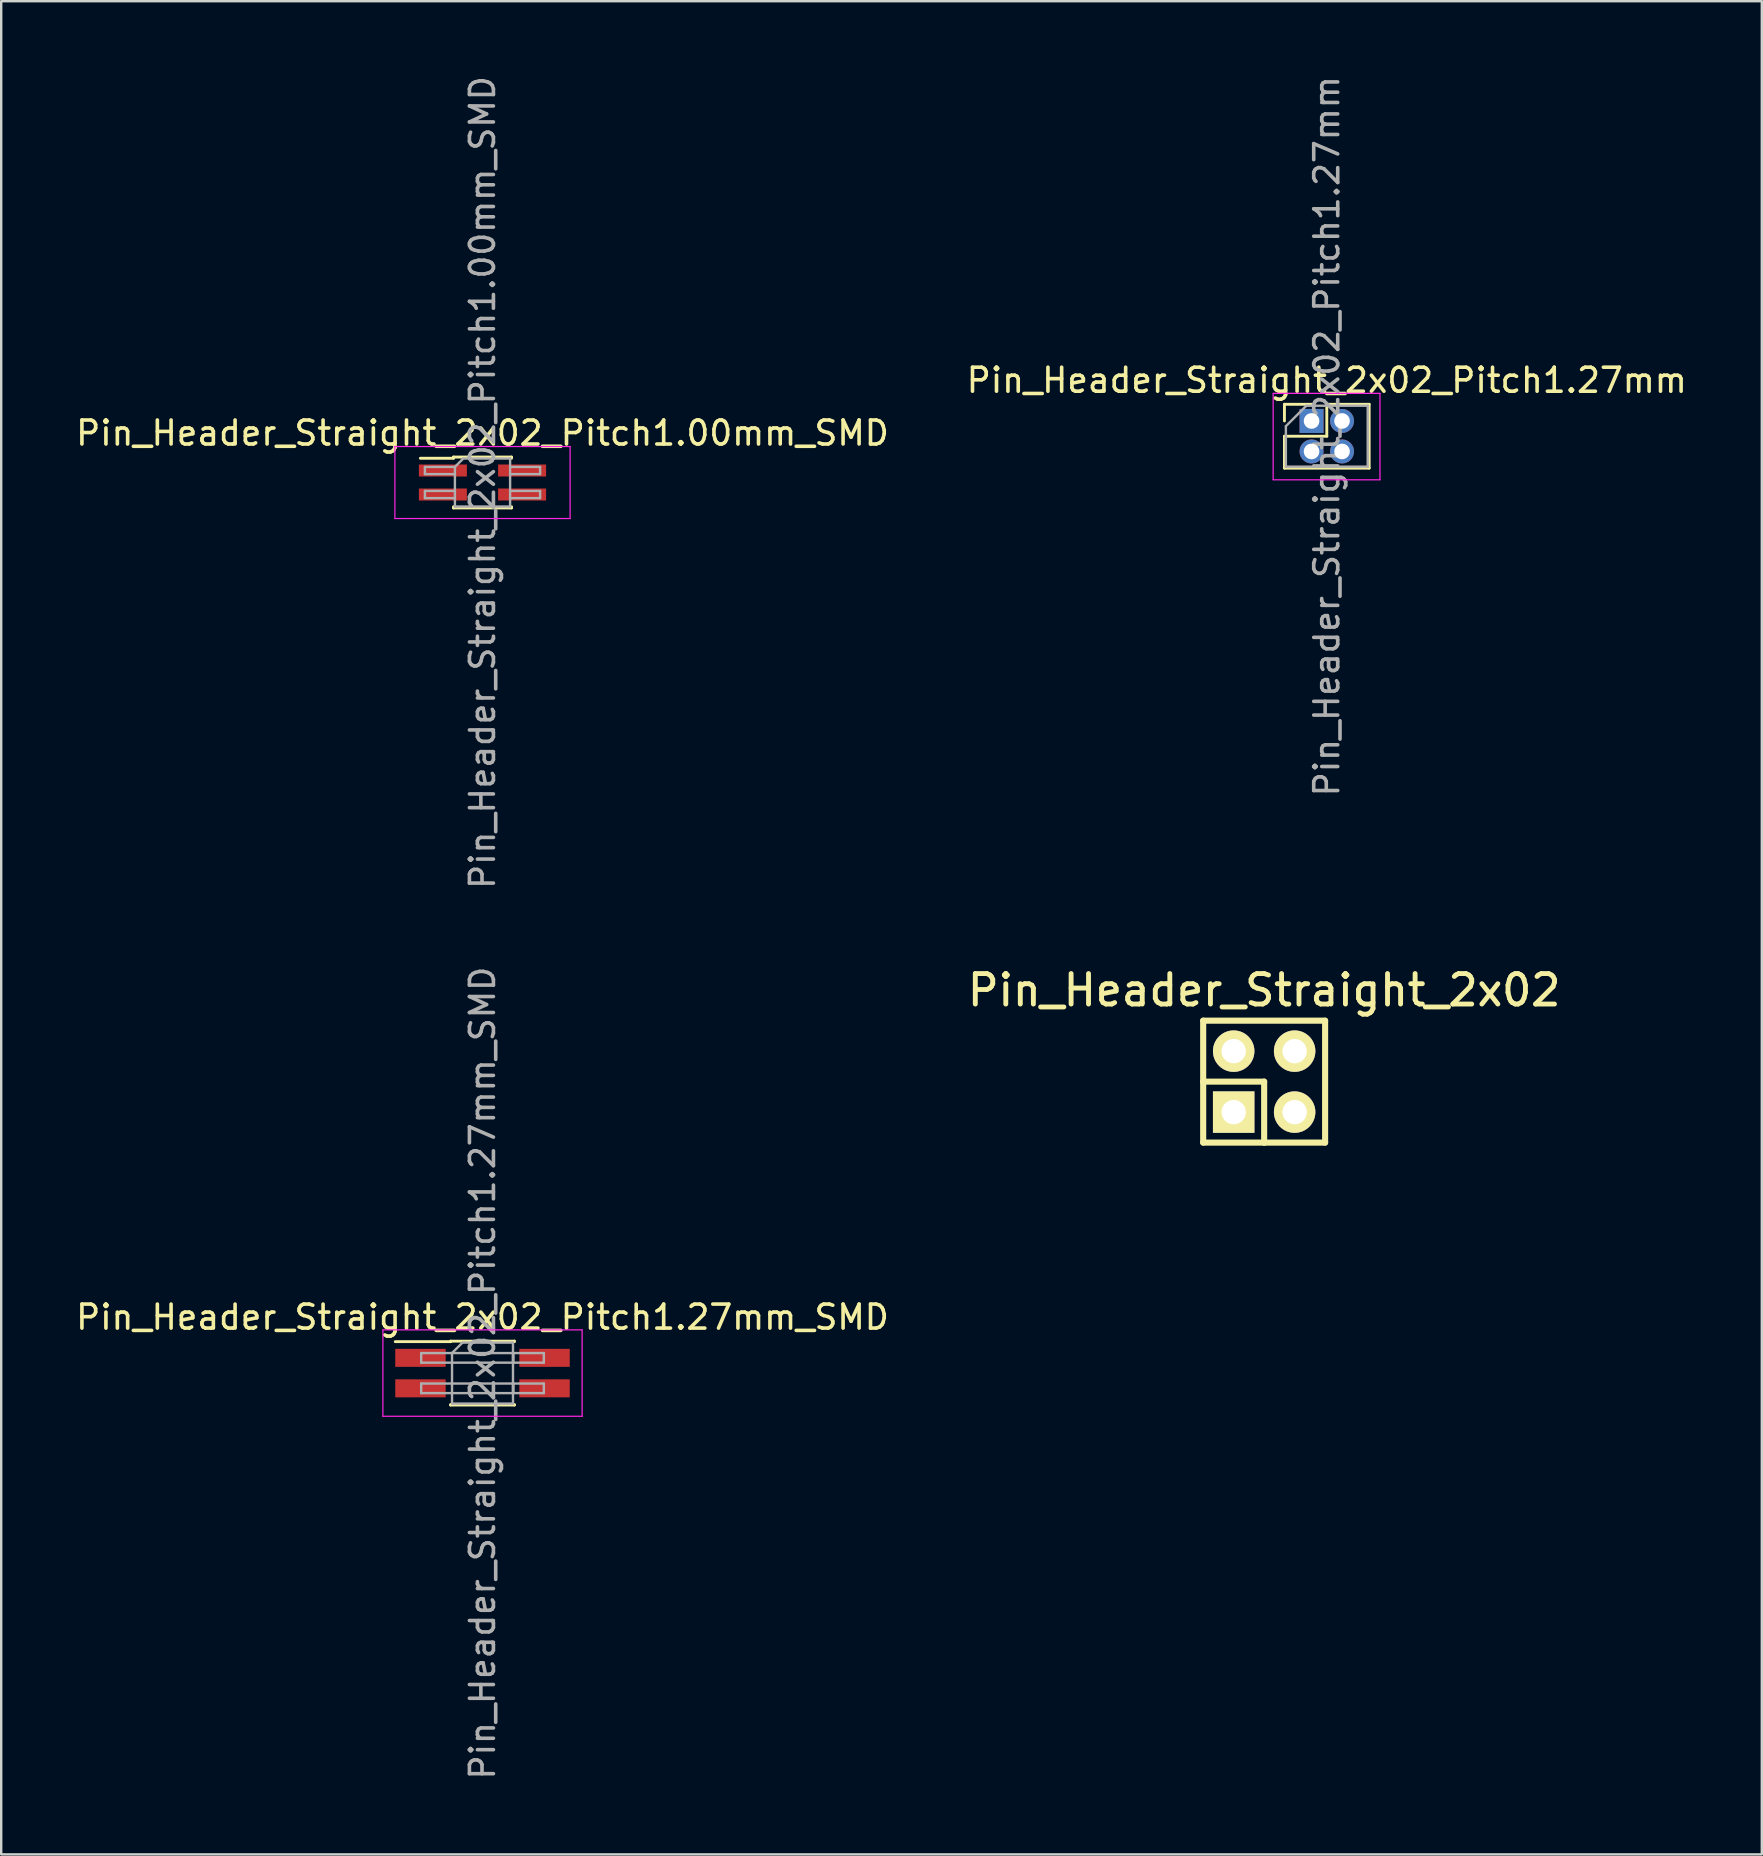
<source format=kicad_pcb>
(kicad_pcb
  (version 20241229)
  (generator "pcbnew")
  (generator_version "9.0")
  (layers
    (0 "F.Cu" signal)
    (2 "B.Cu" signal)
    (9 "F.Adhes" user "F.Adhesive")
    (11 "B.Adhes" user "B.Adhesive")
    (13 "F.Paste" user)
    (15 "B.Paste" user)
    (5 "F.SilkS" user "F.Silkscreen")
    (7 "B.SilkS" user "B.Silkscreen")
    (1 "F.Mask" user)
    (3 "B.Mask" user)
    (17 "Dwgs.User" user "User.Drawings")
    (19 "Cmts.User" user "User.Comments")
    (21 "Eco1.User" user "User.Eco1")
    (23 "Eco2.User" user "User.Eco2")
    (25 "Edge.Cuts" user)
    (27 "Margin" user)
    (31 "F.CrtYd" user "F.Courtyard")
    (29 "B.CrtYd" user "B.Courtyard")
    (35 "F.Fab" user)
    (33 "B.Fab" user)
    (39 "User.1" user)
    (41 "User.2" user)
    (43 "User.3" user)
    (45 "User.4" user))
  (footprint "Pin_Header_Straight_2x02_Pitch1.27mm"
    (layer "F.Cu")
    (at 51.597 14.49)
    (property "Reference" "Pin_Header_Straight_2x02_Pitch1.27mm" (at 0.635 -1.695 0) (layer "F.SilkS") (effects (font (size 1 1) (thickness 0.15))))
    (attr through_hole)
    (fp_line (start -1.13 -0.695) (end 0 -0.695) (stroke (width 0.12) (type solid)) (layer "F.SilkS"))
    (fp_line (start -1.13 0) (end -1.13 -0.695) (stroke (width 0.12) (type solid)) (layer "F.SilkS"))
    (fp_line (start -1.13 0.635) (end -1.13 1.965) (stroke (width 0.12) (type solid)) (layer "F.SilkS"))
    (fp_line (start -1.13 1.965) (end 2.4 1.965) (stroke (width 0.12) (type solid)) (layer "F.SilkS"))
    (fp_line (start 0.635 -0.695) (end 0.635 0.635) (stroke (width 0.12) (type solid)) (layer "F.SilkS"))
    (fp_line (start 0.635 0.635) (end -1.13 0.635) (stroke (width 0.12) (type solid)) (layer "F.SilkS"))
    (fp_line (start 2.4 -0.695) (end 0.635 -0.695) (stroke (width 0.12) (type solid)) (layer "F.SilkS"))
    (fp_line (start 2.4 1.965) (end 2.4 -0.695) (stroke (width 0.12) (type solid)) (layer "F.SilkS"))
    (fp_line (start -1.6 -1.15) (end -1.6 2.45) (stroke (width 0.05) (type solid)) (layer "F.CrtYd"))
    (fp_line (start -1.6 2.45) (end 2.85 2.45) (stroke (width 0.05) (type solid)) (layer "F.CrtYd"))
    (fp_line (start 2.85 -1.15) (end -1.6 -1.15) (stroke (width 0.05) (type solid)) (layer "F.CrtYd"))
    (fp_line (start 2.85 2.45) (end 2.85 -1.15) (stroke (width 0.05) (type solid)) (layer "F.CrtYd"))
    (fp_line (start -1.07 0.217) (end -0.217 -0.635) (stroke (width 0.1) (type solid)) (layer "F.Fab"))
    (fp_line (start -1.07 1.905) (end -1.07 0.217) (stroke (width 0.1) (type solid)) (layer "F.Fab"))
    (fp_line (start -0.217 -0.635) (end 2.34 -0.635) (stroke (width 0.1) (type solid)) (layer "F.Fab"))
    (fp_line (start 2.34 -0.635) (end 2.34 1.905) (stroke (width 0.1) (type solid)) (layer "F.Fab"))
    (fp_line (start 2.34 1.905) (end -1.07 1.905) (stroke (width 0.1) (type solid)) (layer "F.Fab"))
    (fp_text user "${REFERENCE}" (at 0.635 0.635 90) (layer "F.Fab") (effects (font (size 1 1) (thickness 0.15))))
    (pad "1" thru_hole rect (at 0 0) (size 1 1) (drill 0.65) (layers "*.Cu" "*.Mask"))
    (pad "2" thru_hole oval (at 1.27 0) (size 1 1) (drill 0.65) (layers "*.Cu" "*.Mask"))
    (pad "3" thru_hole oval (at 0 1.27) (size 1 1) (drill 0.65) (layers "*.Cu" "*.Mask"))
    (pad "4" thru_hole oval (at 1.27 1.27) (size 1 1) (drill 0.65) (layers "*.Cu" "*.Mask")))
  (footprint "Pin_Header_Straight_2x02_Pitch1.27mm_SMD"
    (layer "F.Cu")
    (at 17.054 54.161)
    (property "Reference" "Pin_Header_Straight_2x02_Pitch1.27mm_SMD" (at 0 -2.33 0) (layer "F.SilkS") (effects (font (size 1 1) (thickness 0.15))))
    (attr smd)
    (fp_line (start -3.635 -1.31) (end -1.33 -1.31) (stroke (width 0.12) (type solid)) (layer "F.SilkS"))
    (fp_line (start -1.33 -1.33) (end 1.33 -1.33) (stroke (width 0.12) (type solid)) (layer "F.SilkS"))
    (fp_line (start -1.33 -1.31) (end -1.33 -1.33) (stroke (width 0.12) (type solid)) (layer "F.SilkS"))
    (fp_line (start -1.33 1.31) (end -1.33 1.33) (stroke (width 0.12) (type solid)) (layer "F.SilkS"))
    (fp_line (start -1.33 1.33) (end 1.33 1.33) (stroke (width 0.12) (type solid)) (layer "F.SilkS"))
    (fp_line (start 1.33 -1.33) (end 1.33 -1.31) (stroke (width 0.12) (type solid)) (layer "F.SilkS"))
    (fp_line (start 1.33 1.33) (end 1.33 1.31) (stroke (width 0.12) (type solid)) (layer "F.SilkS"))
    (fp_line (start -4.15 -1.8) (end -4.15 1.8) (stroke (width 0.05) (type solid)) (layer "F.CrtYd"))
    (fp_line (start -4.15 1.8) (end 4.15 1.8) (stroke (width 0.05) (type solid)) (layer "F.CrtYd"))
    (fp_line (start 4.15 -1.8) (end -4.15 -1.8) (stroke (width 0.05) (type solid)) (layer "F.CrtYd"))
    (fp_line (start 4.15 1.8) (end 4.15 -1.8) (stroke (width 0.05) (type solid)) (layer "F.CrtYd"))
    (fp_line (start -2.555 -0.835) (end -2.555 -0.435) (stroke (width 0.1) (type solid)) (layer "F.Fab"))
    (fp_line (start -2.555 -0.435) (end -1.27 -0.435) (stroke (width 0.1) (type solid)) (layer "F.Fab"))
    (fp_line (start -2.555 0.435) (end -2.555 0.835) (stroke (width 0.1) (type solid)) (layer "F.Fab"))
    (fp_line (start -2.555 0.835) (end -1.27 0.835) (stroke (width 0.1) (type solid)) (layer "F.Fab"))
    (fp_line (start -1.27 -0.835) (end -2.555 -0.835) (stroke (width 0.1) (type solid)) (layer "F.Fab"))
    (fp_line (start -1.27 -0.835) (end -0.835 -1.27) (stroke (width 0.1) (type solid)) (layer "F.Fab"))
    (fp_line (start -1.27 -0.835) (end 1.285 -0.835) (stroke (width 0.1) (type solid)) (layer "F.Fab"))
    (fp_line (start -1.27 0.435) (end -2.555 0.435) (stroke (width 0.1) (type solid)) (layer "F.Fab"))
    (fp_line (start -1.27 0.435) (end 1.285 0.435) (stroke (width 0.1) (type solid)) (layer "F.Fab"))
    (fp_line (start -1.27 1.27) (end -1.27 -0.835) (stroke (width 0.1) (type solid)) (layer "F.Fab"))
    (fp_line (start -0.835 -1.27) (end 1.27 -1.27) (stroke (width 0.1) (type solid)) (layer "F.Fab"))
    (fp_line (start 1.27 -1.27) (end 1.27 1.27) (stroke (width 0.1) (type solid)) (layer "F.Fab"))
    (fp_line (start 1.27 -0.835) (end 1.27 -0.435) (stroke (width 0.1) (type solid)) (layer "F.Fab"))
    (fp_line (start 1.27 -0.435) (end 2.555 -0.435) (stroke (width 0.1) (type solid)) (layer "F.Fab"))
    (fp_line (start 1.27 0.435) (end 1.27 0.835) (stroke (width 0.1) (type solid)) (layer "F.Fab"))
    (fp_line (start 1.27 0.835) (end 2.555 0.835) (stroke (width 0.1) (type solid)) (layer "F.Fab"))
    (fp_line (start 1.27 1.27) (end -1.27 1.27) (stroke (width 0.1) (type solid)) (layer "F.Fab"))
    (fp_line (start 1.285 -0.835) (end 1.285 -0.435) (stroke (width 0.1) (type solid)) (layer "F.Fab"))
    (fp_line (start 1.285 -0.435) (end -1.27 -0.435) (stroke (width 0.1) (type solid)) (layer "F.Fab"))
    (fp_line (start 1.285 0.435) (end 1.285 0.835) (stroke (width 0.1) (type solid)) (layer "F.Fab"))
    (fp_line (start 1.285 0.835) (end -1.27 0.835) (stroke (width 0.1) (type solid)) (layer "F.Fab"))
    (fp_line (start 2.555 -0.835) (end 1.27 -0.835) (stroke (width 0.1) (type solid)) (layer "F.Fab"))
    (fp_line (start 2.555 -0.435) (end 2.555 -0.835) (stroke (width 0.1) (type solid)) (layer "F.Fab"))
    (fp_line (start 2.555 0.435) (end 1.27 0.435) (stroke (width 0.1) (type solid)) (layer "F.Fab"))
    (fp_line (start 2.555 0.835) (end 2.555 0.435) (stroke (width 0.1) (type solid)) (layer "F.Fab"))
    (fp_text user "${REFERENCE}" (at 0 0 90) (layer "F.Fab") (effects (font (size 1 1) (thickness 0.15))))
    (pad "1" smd rect (at -2.585 -0.635) (size 2.1 0.75) (layers "F.Cu" "F.Mask" "F.Paste"))
    (pad "2" smd rect (at 2.585 -0.635) (size 2.1 0.75) (layers "F.Cu" "F.Mask" "F.Paste"))
    (pad "3" smd rect (at -2.585 0.635) (size 2.1 0.75) (layers "F.Cu" "F.Mask" "F.Paste"))
    (pad "4" smd rect (at 2.585 0.635) (size 2.1 0.75) (layers "F.Cu" "F.Mask" "F.Paste")))
  (footprint "Pin_Header_Straight_2x02"
    (layer "F.Cu")
    (at 49.622 42.017)
    (property "Reference" "Pin_Header_Straight_2x02" (at 0 -3.81 0) (layer "F.SilkS") (effects (font (size 1.27 1.27) (thickness 0.203))))
    (attr through_hole)
    (fp_line (start -2.54 -2.54) (end 2.54 -2.54) (stroke (width 0.254) (type solid)) (layer "F.SilkS"))
    (fp_line (start -2.54 0) (end -2.54 -2.54) (stroke (width 0.254) (type solid)) (layer "F.SilkS"))
    (fp_line (start -2.54 0) (end -2.54 2.54) (stroke (width 0.254) (type solid)) (layer "F.SilkS"))
    (fp_line (start -2.54 2.54) (end 0 2.54) (stroke (width 0.254) (type solid)) (layer "F.SilkS"))
    (fp_line (start 0 0) (end -2.54 0) (stroke (width 0.254) (type solid)) (layer "F.SilkS"))
    (fp_line (start 0 2.54) (end 0 0) (stroke (width 0.254) (type solid)) (layer "F.SilkS"))
    (fp_line (start 2.54 -2.54) (end 2.54 2.54) (stroke (width 0.254) (type solid)) (layer "F.SilkS"))
    (fp_line (start 2.54 2.54) (end 0 2.54) (stroke (width 0.254) (type solid)) (layer "F.SilkS"))
    (pad "1" thru_hole rect (at -1.27 1.27) (size 1.727 1.727) (drill 1.016) (layers "*.Cu" "*.Mask" "F.SilkS"))
    (pad "2" thru_hole oval (at 1.27 1.27) (size 1.727 1.727) (drill 1.016) (layers "*.Cu" "*.Mask" "F.SilkS"))
    (pad "3" thru_hole oval (at 1.27 -1.27) (size 1.727 1.727) (drill 1.016) (layers "*.Cu" "*.Mask" "F.SilkS"))
    (pad "4" thru_hole oval (at -1.27 -1.27) (size 1.727 1.727) (drill 1.016) (layers "*.Cu" "*.Mask" "F.SilkS")))
  (footprint "Pin_Header_Straight_2x02_Pitch1.00mm_SMD"
    (layer "F.Cu")
    (at 17.054 17.054)
    (property "Reference" "Pin_Header_Straight_2x02_Pitch1.00mm_SMD" (at 0 -2.06 0) (layer "F.SilkS") (effects (font (size 1 1) (thickness 0.15))))
    (attr smd)
    (fp_line (start -2.59 -1.01) (end -1.21 -1.01) (stroke (width 0.12) (type solid)) (layer "F.SilkS"))
    (fp_line (start -1.21 -1.06) (end -1.21 -1.01) (stroke (width 0.12) (type solid)) (layer "F.SilkS"))
    (fp_line (start -1.21 -1.06) (end 1.21 -1.06) (stroke (width 0.12) (type solid)) (layer "F.SilkS"))
    (fp_line (start -1.21 1.01) (end -1.21 1.06) (stroke (width 0.12) (type solid)) (layer "F.SilkS"))
    (fp_line (start -1.21 1.06) (end 1.21 1.06) (stroke (width 0.12) (type solid)) (layer "F.SilkS"))
    (fp_line (start 1.21 -1.06) (end 1.21 -1.01) (stroke (width 0.12) (type solid)) (layer "F.SilkS"))
    (fp_line (start 1.21 1.01) (end 1.21 1.06) (stroke (width 0.12) (type solid)) (layer "F.SilkS"))
    (fp_line (start -3.65 -1.5) (end -3.65 1.5) (stroke (width 0.05) (type solid)) (layer "F.CrtYd"))
    (fp_line (start -3.65 1.5) (end 3.65 1.5) (stroke (width 0.05) (type solid)) (layer "F.CrtYd"))
    (fp_line (start 3.65 -1.5) (end -3.65 -1.5) (stroke (width 0.05) (type solid)) (layer "F.CrtYd"))
    (fp_line (start 3.65 1.5) (end 3.65 -1.5) (stroke (width 0.05) (type solid)) (layer "F.CrtYd"))
    (fp_line (start -2.4 -0.65) (end -2.4 -0.35) (stroke (width 0.1) (type solid)) (layer "F.Fab"))
    (fp_line (start -2.4 -0.35) (end -1.15 -0.35) (stroke (width 0.1) (type solid)) (layer "F.Fab"))
    (fp_line (start -2.4 0.35) (end -2.4 0.65) (stroke (width 0.1) (type solid)) (layer "F.Fab"))
    (fp_line (start -2.4 0.65) (end -1.15 0.65) (stroke (width 0.1) (type solid)) (layer "F.Fab"))
    (fp_line (start -1.15 -0.65) (end -2.4 -0.65) (stroke (width 0.1) (type solid)) (layer "F.Fab"))
    (fp_line (start -1.15 -0.65) (end -0.8 -1) (stroke (width 0.1) (type solid)) (layer "F.Fab"))
    (fp_line (start -1.15 0.35) (end -2.4 0.35) (stroke (width 0.1) (type solid)) (layer "F.Fab"))
    (fp_line (start -1.15 1) (end -1.15 -0.65) (stroke (width 0.1) (type solid)) (layer "F.Fab"))
    (fp_line (start -0.8 -1) (end 1.15 -1) (stroke (width 0.1) (type solid)) (layer "F.Fab"))
    (fp_line (start 1.15 -1) (end 1.15 1) (stroke (width 0.1) (type solid)) (layer "F.Fab"))
    (fp_line (start 1.15 -0.65) (end 2.4 -0.65) (stroke (width 0.1) (type solid)) (layer "F.Fab"))
    (fp_line (start 1.15 0.35) (end 2.4 0.35) (stroke (width 0.1) (type solid)) (layer "F.Fab"))
    (fp_line (start 1.15 1) (end -1.15 1) (stroke (width 0.1) (type solid)) (layer "F.Fab"))
    (fp_line (start 2.4 -0.65) (end 2.4 -0.35) (stroke (width 0.1) (type solid)) (layer "F.Fab"))
    (fp_line (start 2.4 -0.35) (end 1.15 -0.35) (stroke (width 0.1) (type solid)) (layer "F.Fab"))
    (fp_line (start 2.4 0.35) (end 2.4 0.65) (stroke (width 0.1) (type solid)) (layer "F.Fab"))
    (fp_line (start 2.4 0.65) (end 1.15 0.65) (stroke (width 0.1) (type solid)) (layer "F.Fab"))
    (fp_text user "${REFERENCE}" (at 0 0 90) (layer "F.Fab") (effects (font (size 1 1) (thickness 0.15))))
    (pad "1" smd rect (at -1.65 -0.5) (size 2 0.5) (layers "F.Cu" "F.Mask" "F.Paste"))
    (pad "2" smd rect (at 1.65 -0.5) (size 2 0.5) (layers "F.Cu" "F.Mask" "F.Paste"))
    (pad "3" smd rect (at -1.65 0.5) (size 2 0.5) (layers "F.Cu" "F.Mask" "F.Paste"))
    (pad "4" smd rect (at 1.65 0.5) (size 2 0.5) (layers "F.Cu" "F.Mask" "F.Paste")))
  (gr_rect
    (start -3 -3)
    (end 70.357 74.214)
    (stroke (width 0.1) (type default))
    (fill no)
    (layer "Edge.Cuts")))
</source>
